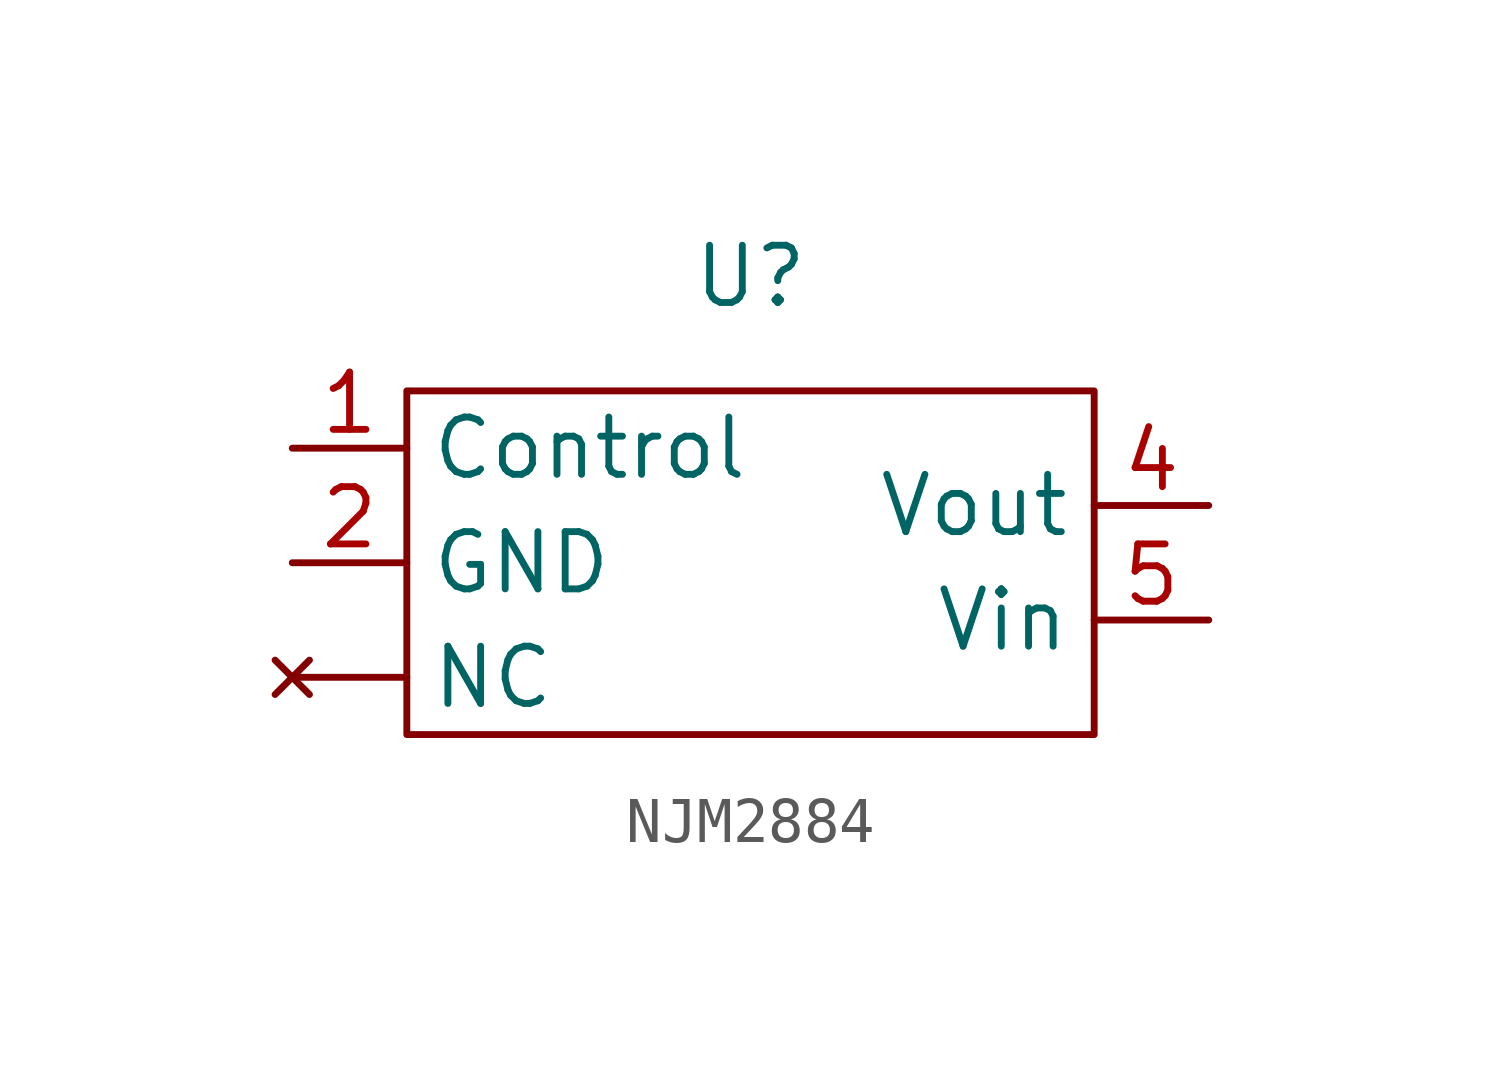
<source format=kicad_sym>
(kicad_symbol_lib
  (version 20220914)
  (generator kicad_symbol_editor)
  (symbol "NJM2884"
    (property "Reference" "U"
      (at 0 2.54 0)
      (effects (font (size 1.27 1.27))))
    (property "Value" ""
      (at 0 0 0)
      (effects (font (size 1.27 1.27))))
    (symbol "NJM2884_0_1"
      (rectangle (start -7.62 0) (end 7.62 -7.62) (stroke (width 0) (type default)) (fill (type none))))
    (symbol "NJM2884_1_1"
      (pin no_connect line (at -10.16 -6.35 0) (length 2.54) (name "NC" (effects (font (size 1.27 1.27)))) (number "" (effects (font (size 1.27 1.27)))))
      (pin input line (at -10.16 -1.27 0) (length 2.54) (name "Control" (effects (font (size 1.27 1.27)))) (number "1" (effects (font (size 1.27 1.27)))))
      (pin bidirectional line (at -10.16 -3.81 0) (length 2.54) (name "GND" (effects (font (size 1.27 1.27)))) (number "2" (effects (font (size 1.27 1.27)))))
      (pin power_out line (at 10.16 -2.54 180) (length 2.54) (name "Vout" (effects (font (size 1.27 1.27)))) (number "4" (effects (font (size 1.27 1.27)))))
      (pin power_in line (at 10.16 -5.08 180) (length 2.54) (name "Vin" (effects (font (size 1.27 1.27)))) (number "5" (effects (font (size 1.27 1.27))))))))
</source>
